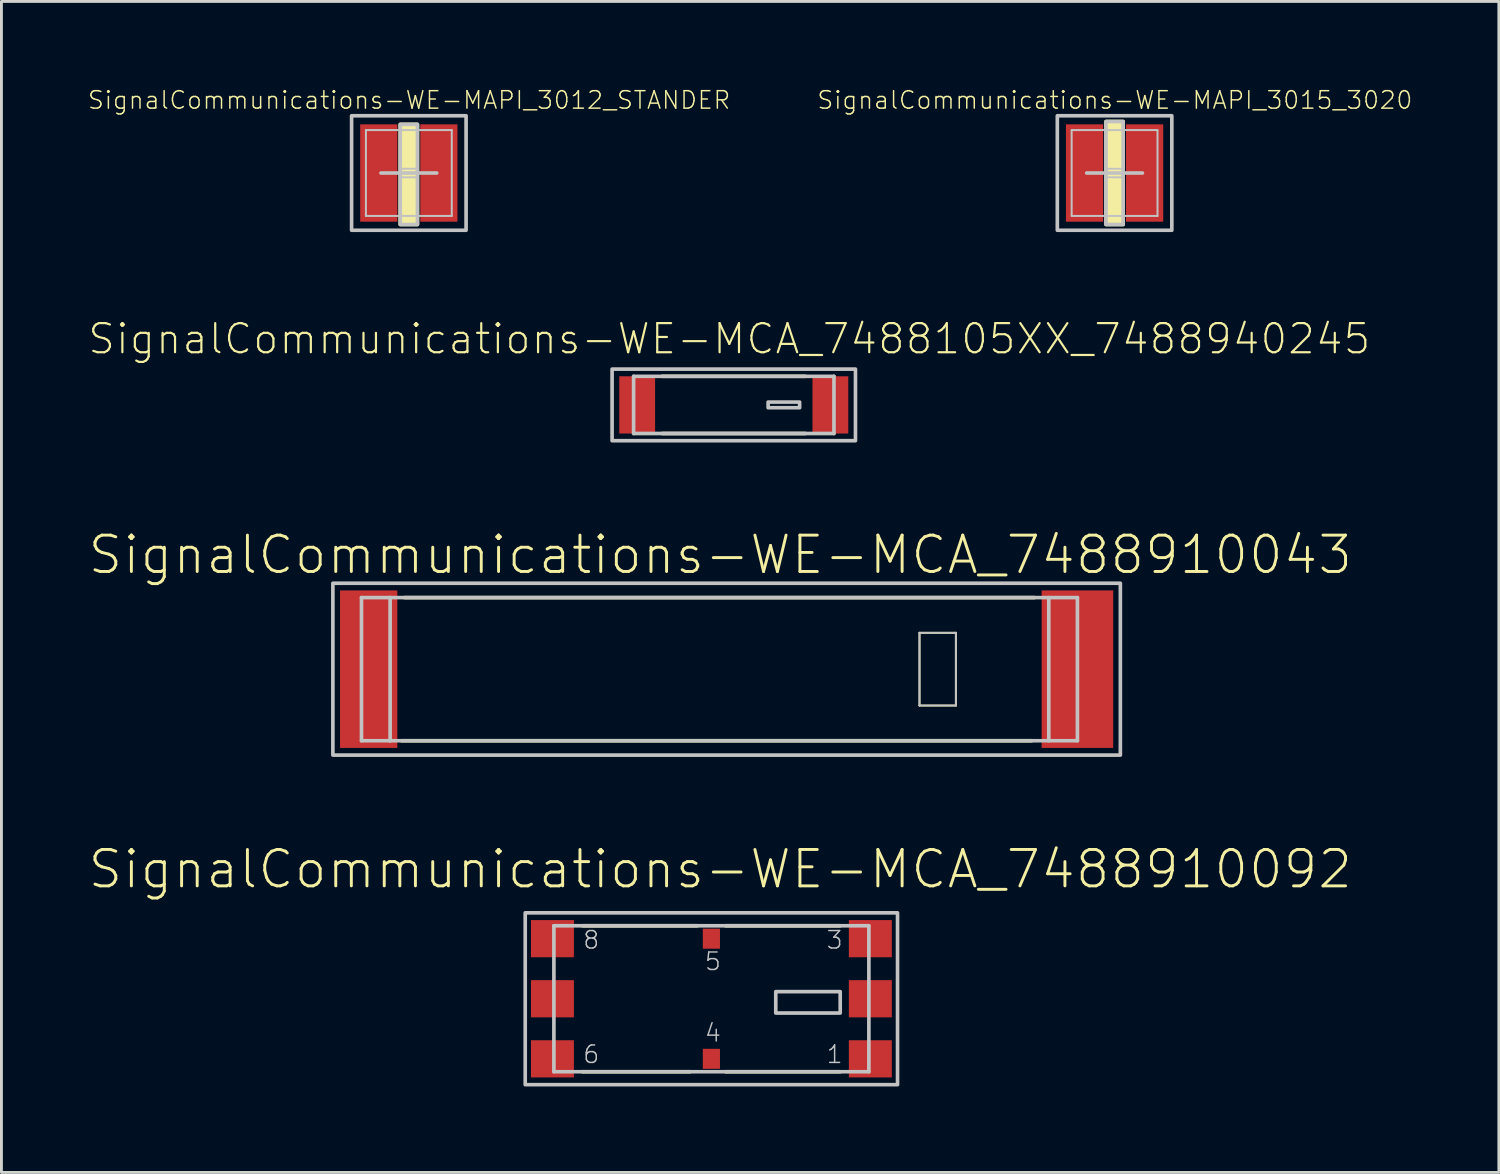
<source format=kicad_pcb>
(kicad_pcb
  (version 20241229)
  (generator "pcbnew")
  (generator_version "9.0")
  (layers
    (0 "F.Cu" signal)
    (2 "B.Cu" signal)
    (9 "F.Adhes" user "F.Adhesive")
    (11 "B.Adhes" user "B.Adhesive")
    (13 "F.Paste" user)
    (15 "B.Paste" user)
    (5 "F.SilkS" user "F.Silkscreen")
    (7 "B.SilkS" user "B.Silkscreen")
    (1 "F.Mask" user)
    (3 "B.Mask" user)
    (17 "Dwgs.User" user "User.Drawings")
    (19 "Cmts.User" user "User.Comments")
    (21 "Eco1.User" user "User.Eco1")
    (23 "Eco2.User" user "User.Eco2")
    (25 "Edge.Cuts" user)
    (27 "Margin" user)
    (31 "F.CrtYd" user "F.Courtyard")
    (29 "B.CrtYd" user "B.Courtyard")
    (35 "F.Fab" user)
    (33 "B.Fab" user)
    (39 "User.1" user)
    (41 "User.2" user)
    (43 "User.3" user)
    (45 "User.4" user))
  (footprint "SignalCommunications-WE-MCA_7488910043"
    (layer "F.Cu")
    (at 22.071 20.315)
    (property "Reference" "SignalCommunications-WE-MCA_7488910043" (at 0.028 -3.993 0) (layer "F.SilkS") (effects (font (size 1.27 1.27) (thickness 0.102))))
    (attr smd)
    (fp_line (start 6.985 -1.27) (end 8.255 -1.27) (stroke (width 0.066) (type solid)) (layer "F.SilkS"))
    (fp_line (start 6.985 1.27) (end 6.985 -1.27) (stroke (width 0.066) (type solid)) (layer "F.SilkS"))
    (fp_line (start 6.985 1.27) (end 8.255 1.27) (stroke (width 0.066) (type solid)) (layer "F.SilkS"))
    (fp_line (start 8.255 1.27) (end 8.255 -1.27) (stroke (width 0.066) (type solid)) (layer "F.SilkS"))
    (fp_line (start 10.899 2.499) (end -11.1 2.499) (stroke (width 0.127) (type solid)) (layer "F.SilkS"))
    (fp_line (start 10.998 -2.499) (end -10.998 -2.499) (stroke (width 0.127) (type solid)) (layer "F.SilkS"))
    (fp_line (start -12.499 -2.499) (end -11.499 -2.499) (stroke (width 0.127) (type solid)) (layer "Dwgs.User"))
    (fp_line (start -12.499 2.499) (end -12.499 -2.499) (stroke (width 0.127) (type solid)) (layer "Dwgs.User"))
    (fp_line (start -11.499 -2.499) (end -11.499 2.499) (stroke (width 0.127) (type solid)) (layer "Dwgs.User"))
    (fp_line (start -11.499 -2.499) (end 12.499 -2.499) (stroke (width 0.127) (type solid)) (layer "Dwgs.User"))
    (fp_line (start -11.499 2.499) (end -12.499 2.499) (stroke (width 0.127) (type solid)) (layer "Dwgs.User"))
    (fp_line (start 6.985 -1.27) (end 8.255 -1.27) (stroke (width 0.066) (type solid)) (layer "Dwgs.User"))
    (fp_line (start 6.985 1.27) (end 6.985 -1.27) (stroke (width 0.066) (type solid)) (layer "Dwgs.User"))
    (fp_line (start 6.985 1.27) (end 8.255 1.27) (stroke (width 0.066) (type solid)) (layer "Dwgs.User"))
    (fp_line (start 8.255 1.27) (end 8.255 -1.27) (stroke (width 0.066) (type solid)) (layer "Dwgs.User"))
    (fp_line (start 11.499 -2.499) (end 11.499 2.499) (stroke (width 0.127) (type solid)) (layer "Dwgs.User"))
    (fp_line (start 12.499 -2.499) (end 12.499 2.499) (stroke (width 0.127) (type solid)) (layer "Dwgs.User"))
    (fp_line (start 12.499 2.499) (end -11.499 2.499) (stroke (width 0.127) (type solid)) (layer "Dwgs.User"))
    (fp_poly (pts (xy 13.998 3) (xy -13.498 3) (xy -13.498 -3) (xy 13.998 -3) (xy 13.998 3)) (stroke (width 0.127) (type solid)) (fill no) (layer "Dwgs.User"))
    (pad "1" smd rect (at 12.499 0 90) (size 5.499 2.499) (layers "F.Cu" "F.Mask" "F.Paste"))
    (pad "2" smd rect (at -12.248 0 90) (size 5.499 1.999) (layers "F.Cu" "F.Mask" "F.Paste")))
  (footprint "SignalCommunications-WE-MCA_7488105XX_7488940245"
    (layer "F.Cu")
    (at 22.571 11.088)
    (property "Reference" "SignalCommunications-WE-MCA_7488105XX_7488940245" (at -0.157 -2.306 0) (layer "F.SilkS") (effects (font (size 1.016 1.016) (thickness 0.076))))
    (attr smd)
    (fp_line (start 2.499 -0.998) (end -2.499 -0.998) (stroke (width 0.127) (type solid)) (layer "F.SilkS"))
    (fp_line (start 2.499 0.998) (end -2.499 0.998) (stroke (width 0.127) (type solid)) (layer "F.SilkS"))
    (fp_line (start -3.498 -0.998) (end -3.498 0.998) (stroke (width 0.127) (type solid)) (layer "Dwgs.User"))
    (fp_line (start 3.498 -0.998) (end -3.498 -0.998) (stroke (width 0.127) (type solid)) (layer "Dwgs.User"))
    (fp_line (start 3.498 -0.998) (end 3.498 0.998) (stroke (width 0.127) (type solid)) (layer "Dwgs.User"))
    (fp_line (start 3.498 0.998) (end -3.498 0.998) (stroke (width 0.127) (type solid)) (layer "Dwgs.User"))
    (fp_poly (pts (xy 2.299 -0.099) (xy 2.299 0.099) (xy 1.199 0.099) (xy 1.199 -0.099) (xy 2.299 -0.099)) (stroke (width 0.127) (type solid)) (fill no) (layer "Dwgs.User"))
    (fp_poly (pts (xy 4.249 -1.25) (xy 4.249 1.25) (xy -4.249 1.25) (xy -4.249 -1.25) (xy 4.249 -1.25)) (stroke (width 0.127) (type solid)) (fill no) (layer "Dwgs.User"))
    (pad "1" smd rect (at 3.373 0) (size 1.25 1.999) (layers "F.Cu" "F.Mask" "F.Paste"))
    (pad "2" smd rect (at -3.373 0) (size 1.25 1.999) (layers "F.Cu" "F.Mask" "F.Paste")))
  (footprint "SignalCommunications-WE-MAPI_3015_3020"
    (layer "F.Cu")
    (at 35.867 2.991)
    (property "Reference" "SignalCommunications-WE-MAPI_3015_3020" (at 0.01 -2.545 0) (layer "F.SilkS") (effects (font (size 0.61 0.61) (thickness 0.051))))
    (attr smd)
    (fp_line (start -0.3 -1.499) (end 0.3 -1.499) (stroke (width 0.069) (type solid)) (layer "F.SilkS"))
    (fp_line (start -0.3 1.499) (end 0.3 1.499) (stroke (width 0.069) (type solid)) (layer "F.SilkS"))
    (fp_poly (pts (xy -0.3 -1.798) (xy 0.3 -1.798) (xy 0.3 1.798) (xy -0.3 1.798) (xy -0.3 -1.798)) (stroke (width 0.127) (type solid)) (fill yes) (layer "F.SilkS"))
    (fp_line (start -1.499 -1.499) (end 1.499 -1.499) (stroke (width 0.069) (type solid)) (layer "Dwgs.User"))
    (fp_line (start -1.499 1.499) (end -1.499 -1.499) (stroke (width 0.069) (type solid)) (layer "Dwgs.User"))
    (fp_line (start -0.973 0) (end 0.973 0) (stroke (width 0.127) (type solid)) (layer "Dwgs.User"))
    (fp_line (start -0.3 -0.15) (end 0.3 -0.15) (stroke (width 0.066) (type solid)) (layer "Dwgs.User"))
    (fp_line (start -0.3 0.15) (end -0.3 -0.15) (stroke (width 0.066) (type solid)) (layer "Dwgs.User"))
    (fp_line (start -0.3 0.15) (end 0.3 0.15) (stroke (width 0.066) (type solid)) (layer "Dwgs.User"))
    (fp_line (start 0.3 0.15) (end 0.3 -0.15) (stroke (width 0.066) (type solid)) (layer "Dwgs.User"))
    (fp_line (start 1.499 -1.499) (end 1.499 1.499) (stroke (width 0.069) (type solid)) (layer "Dwgs.User"))
    (fp_line (start 1.499 1.499) (end -1.499 1.499) (stroke (width 0.069) (type solid)) (layer "Dwgs.User"))
    (fp_poly (pts (xy -1.999 -1.999) (xy 1.999 -1.999) (xy 1.999 1.999) (xy -1.999 1.999) (xy -1.999 -1.999)) (stroke (width 0.127) (type solid)) (fill no) (layer "Dwgs.User"))
    (fp_poly (pts (xy -0.3 -1.798) (xy 0.3 -1.798) (xy 0.3 1.798) (xy -0.3 1.798) (xy -0.3 -1.798)) (stroke (width 0.127) (type solid)) (fill no) (layer "Dwgs.User"))
    (pad "1" smd rect (at -1.049 0) (size 1.298 3.399) (layers "F.Cu" "F.Mask" "F.Paste"))
    (pad "2" smd rect (at 1.049 0) (size 1.298 3.399) (layers "F.Cu" "F.Mask" "F.Paste")))
  (footprint "SignalCommunications-WE-MCA_7488910092"
    (layer "F.Cu")
    (at 21.789 31.823)
    (property "Reference" "SignalCommunications-WE-MCA_7488910092" (at 0.31 -4.524 0) (layer "F.SilkS") (effects (font (size 1.27 1.27) (thickness 0.102))))
    (attr smd)
    (fp_line (start -4.498 -2.548) (end -0.498 -2.548) (stroke (width 0.127) (type solid)) (layer "F.SilkS"))
    (fp_line (start -4.498 2.548) (end -0.749 2.548) (stroke (width 0.127) (type solid)) (layer "F.SilkS"))
    (fp_line (start 4.498 -2.548) (end 0.498 -2.548) (stroke (width 0.127) (type solid)) (layer "F.SilkS"))
    (fp_line (start 4.498 2.548) (end 0.498 2.548) (stroke (width 0.127) (type solid)) (layer "F.SilkS"))
    (fp_line (start -5.499 -2.548) (end -5.499 2.548) (stroke (width 0.127) (type solid)) (layer "Dwgs.User"))
    (fp_line (start -5.499 -2.548) (end 5.499 -2.548) (stroke (width 0.127) (type solid)) (layer "Dwgs.User"))
    (fp_line (start -5.499 2.548) (end 5.499 2.548) (stroke (width 0.127) (type solid)) (layer "Dwgs.User"))
    (fp_line (start 5.499 -2.548) (end 5.499 2.548) (stroke (width 0.127) (type solid)) (layer "Dwgs.User"))
    (fp_poly (pts (xy -6.5 -3) (xy 6.5 -3) (xy 6.5 3) (xy -6.5 3) (xy -6.5 -3)) (stroke (width 0.127) (type solid)) (fill no) (layer "Dwgs.User"))
    (fp_poly (pts (xy 2.248 -0.249) (xy 4.498 -0.249) (xy 4.498 0.498) (xy 2.248 0.498) (xy 2.248 -0.249)) (stroke (width 0.127) (type solid)) (fill no) (layer "Dwgs.User"))
    (fp_text user "3" (at 4.303 -2.052 0) (layer "Dwgs.User") (effects (font (size 0.61 0.61) (thickness 0.051))))
    (fp_text user "1" (at 4.303 1.943 0) (layer "Dwgs.User") (effects (font (size 0.61 0.61) (thickness 0.051))))
    (fp_text user "6" (at -4.194 1.943 0) (layer "Dwgs.User") (effects (font (size 0.61 0.61) (thickness 0.051))))
    (fp_text user "4" (at 0.053 1.194 0) (layer "Dwgs.User") (effects (font (size 0.61 0.61) (thickness 0.051))))
    (fp_text user "5" (at 0.053 -1.303 0) (layer "Dwgs.User") (effects (font (size 0.61 0.61) (thickness 0.051))))
    (fp_text user "8" (at -4.194 -2.052 0) (layer "Dwgs.User") (effects (font (size 0.61 0.61) (thickness 0.051))))
    (pad "1" smd rect (at 5.55 2.098) (size 1.499 1.298) (layers "F.Cu" "F.Mask" "F.Paste"))
    (pad "2" smd rect (at 5.55 0) (size 1.499 1.298) (layers "F.Cu" "F.Mask" "F.Paste"))
    (pad "3" smd rect (at 5.55 -2.098) (size 1.499 1.298) (layers "F.Cu" "F.Mask" "F.Paste"))
    (pad "4" smd rect (at 0 2.098) (size 0.599 0.699) (layers "F.Cu" "F.Mask" "F.Paste"))
    (pad "5" smd rect (at 0 -2.098) (size 0.599 0.699) (layers "F.Cu" "F.Mask" "F.Paste"))
    (pad "6" smd rect (at -5.55 2.098) (size 1.499 1.298) (layers "F.Cu" "F.Mask" "F.Paste"))
    (pad "7" smd rect (at -5.55 0) (size 1.499 1.298) (layers "F.Cu" "F.Mask" "F.Paste"))
    (pad "8" smd rect (at -5.55 -2.098) (size 1.499 1.298) (layers "F.Cu" "F.Mask" "F.Paste")))
  (footprint "SignalCommunications-WE-MAPI_3012_STANDER"
    (layer "F.Cu")
    (at 11.225 2.991)
    (property "Reference" "SignalCommunications-WE-MAPI_3012_STANDER" (at 0.01 -2.545 0) (layer "F.SilkS") (effects (font (size 0.61 0.61) (thickness 0.051))))
    (attr smd)
    (fp_line (start -0.3 -1.499) (end 0.3 -1.499) (stroke (width 0.069) (type solid)) (layer "F.SilkS"))
    (fp_line (start -0.3 1.499) (end 0.3 1.499) (stroke (width 0.069) (type solid)) (layer "F.SilkS"))
    (fp_poly (pts (xy -0.3 -1.699) (xy 0.3 -1.699) (xy 0.3 1.798) (xy -0.3 1.798) (xy -0.3 -1.699)) (stroke (width 0.127) (type solid)) (fill yes) (layer "F.SilkS"))
    (fp_line (start -1.499 -1.499) (end 1.499 -1.499) (stroke (width 0.069) (type solid)) (layer "Dwgs.User"))
    (fp_line (start -1.499 1.499) (end -1.499 -1.499) (stroke (width 0.069) (type solid)) (layer "Dwgs.User"))
    (fp_line (start -0.973 0) (end 0.973 0) (stroke (width 0.127) (type solid)) (layer "Dwgs.User"))
    (fp_line (start -0.3 -0.15) (end 0.3 -0.15) (stroke (width 0.066) (type solid)) (layer "Dwgs.User"))
    (fp_line (start -0.3 0.15) (end -0.3 -0.15) (stroke (width 0.066) (type solid)) (layer "Dwgs.User"))
    (fp_line (start -0.3 0.15) (end 0.3 0.15) (stroke (width 0.066) (type solid)) (layer "Dwgs.User"))
    (fp_line (start 0.3 0.15) (end 0.3 -0.15) (stroke (width 0.066) (type solid)) (layer "Dwgs.User"))
    (fp_line (start 1.499 -1.499) (end 1.499 1.499) (stroke (width 0.069) (type solid)) (layer "Dwgs.User"))
    (fp_line (start 1.499 1.499) (end -1.499 1.499) (stroke (width 0.069) (type solid)) (layer "Dwgs.User"))
    (fp_poly (pts (xy -1.999 -1.999) (xy 1.999 -1.999) (xy 1.999 1.999) (xy -1.999 1.999) (xy -1.999 -1.999)) (stroke (width 0.127) (type solid)) (fill no) (layer "Dwgs.User"))
    (fp_poly (pts (xy -0.3 -1.699) (xy 0.3 -1.699) (xy 0.3 1.798) (xy -0.3 1.798) (xy -0.3 -1.699)) (stroke (width 0.127) (type solid)) (fill no) (layer "Dwgs.User"))
    (pad "1" smd rect (at -1.049 0) (size 1.298 3.399) (layers "F.Cu" "F.Mask" "F.Paste"))
    (pad "2" smd rect (at 1.049 0) (size 1.298 3.399) (layers "F.Cu" "F.Mask" "F.Paste")))
  (gr_rect
    (start -3 -3)
    (end 49.285 37.887)
    (stroke (width 0.1) (type default))
    (fill no)
    (layer "Edge.Cuts")))
</source>
